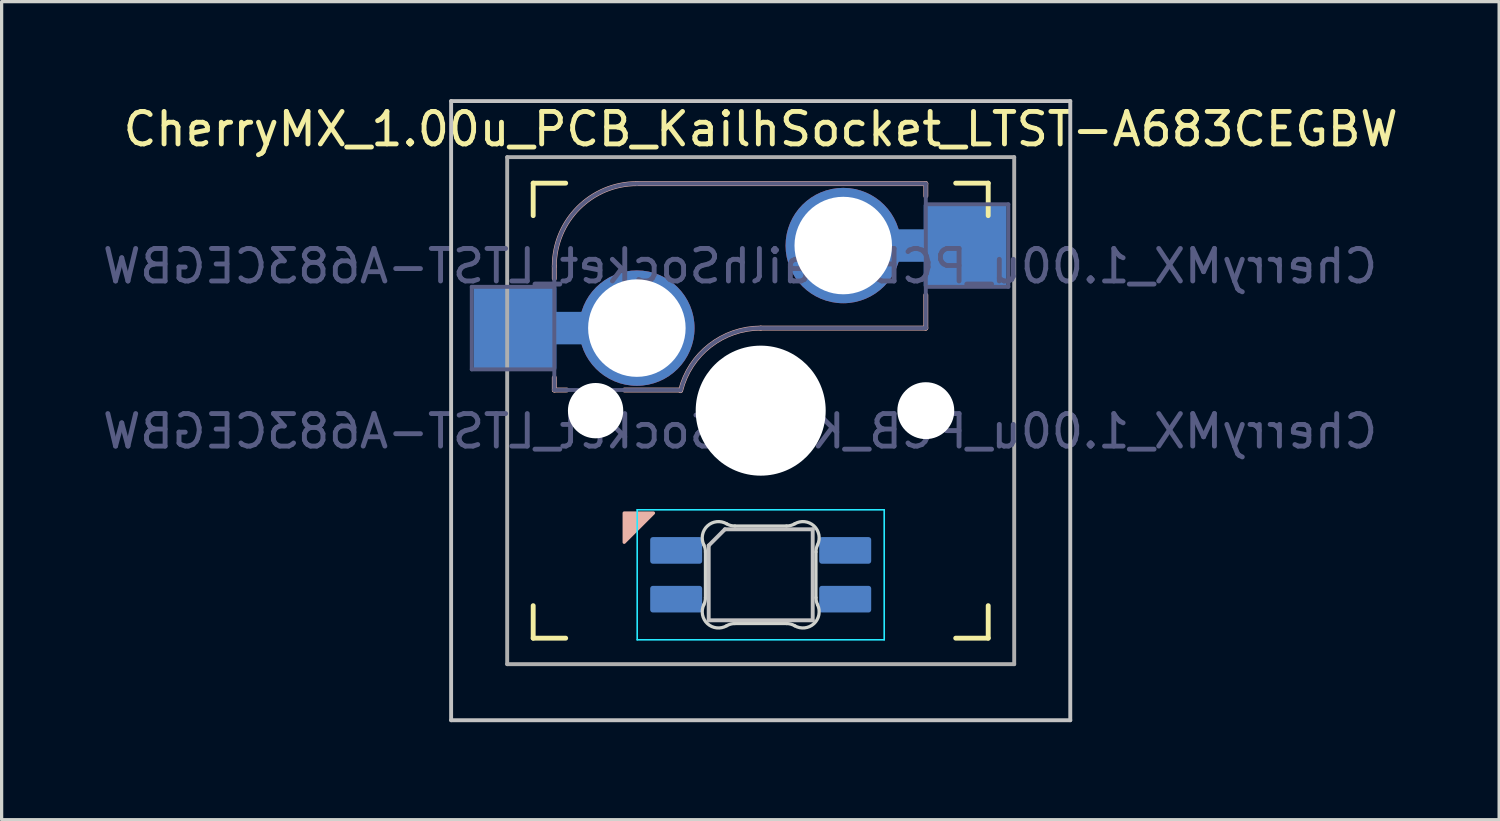
<source format=kicad_pcb>
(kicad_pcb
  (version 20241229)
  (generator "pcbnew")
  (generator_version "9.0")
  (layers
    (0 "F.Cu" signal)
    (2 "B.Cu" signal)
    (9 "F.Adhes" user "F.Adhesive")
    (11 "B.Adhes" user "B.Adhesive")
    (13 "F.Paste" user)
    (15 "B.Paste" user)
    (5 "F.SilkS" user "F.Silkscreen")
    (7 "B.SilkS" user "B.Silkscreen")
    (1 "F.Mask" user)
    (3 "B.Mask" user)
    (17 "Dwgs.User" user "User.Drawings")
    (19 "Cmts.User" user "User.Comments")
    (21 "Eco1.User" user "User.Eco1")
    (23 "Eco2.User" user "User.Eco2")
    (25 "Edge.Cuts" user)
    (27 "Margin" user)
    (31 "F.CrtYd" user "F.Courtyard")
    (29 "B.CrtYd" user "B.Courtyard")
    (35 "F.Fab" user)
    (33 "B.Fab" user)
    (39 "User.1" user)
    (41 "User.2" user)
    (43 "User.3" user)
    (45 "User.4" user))
  (footprint "CherryMX_1.00u_PCB_KailhSocket_LTST-A683CEGBW"
    (layer "F.Cu")
    (at 20.355 9.585)
    (property "Reference" "CherryMX_1.00u_PCB_KailhSocket_LTST-A683CEGBW" (at 0 -8.662 0) (layer "F.SilkS") (effects (font (size 1 1) (thickness 0.15))))
    (property "Value" "CherryMX_1.00u_PCB_KailhSocket_LTST-A683CEGBW" (at 0 8.662 0) (layer "F.Fab") (hide yes) (effects (font (size 1 1) (thickness 0.15))))
    (attr through_hole)
    (fp_line (start -7 -6) (end -7 -7) (stroke (width 0.15) (type solid)) (layer "F.SilkS"))
    (fp_line (start -7 7) (end -7 6) (stroke (width 0.15) (type solid)) (layer "F.SilkS"))
    (fp_line (start -7 7) (end -6 7) (stroke (width 0.15) (type solid)) (layer "F.SilkS"))
    (fp_line (start -6 -7) (end -7 -7) (stroke (width 0.15) (type solid)) (layer "F.SilkS"))
    (fp_line (start 6 7) (end 7 7) (stroke (width 0.15) (type solid)) (layer "F.SilkS"))
    (fp_line (start 7 -7) (end 6 -7) (stroke (width 0.15) (type solid)) (layer "F.SilkS"))
    (fp_line (start 7 -7) (end 7 -6) (stroke (width 0.15) (type solid)) (layer "F.SilkS"))
    (fp_line (start 7 6) (end 7 7) (stroke (width 0.15) (type solid)) (layer "F.SilkS"))
    (fp_line (start -6.35 -4.445) (end -6.35 -4.064) (stroke (width 0.15) (type solid)) (layer "B.SilkS"))
    (fp_line (start -6.35 -1.016) (end -6.35 -0.635) (stroke (width 0.15) (type solid)) (layer "B.SilkS"))
    (fp_line (start -5.969 -0.635) (end -6.35 -0.635) (stroke (width 0.15) (type solid)) (layer "B.SilkS"))
    (fp_line (start -3.81 -6.985) (end 5.08 -6.985) (stroke (width 0.15) (type solid)) (layer "B.SilkS"))
    (fp_line (start -2.464 -0.635) (end -4.191 -0.635) (stroke (width 0.15) (type solid)) (layer "B.SilkS"))
    (fp_line (start 5.08 -6.985) (end 5.08 -6.604) (stroke (width 0.15) (type solid)) (layer "B.SilkS"))
    (fp_line (start 5.08 -3.556) (end 5.08 -2.54) (stroke (width 0.15) (type solid)) (layer "B.SilkS"))
    (fp_line (start 5.08 -2.54) (end 0 -2.54) (stroke (width 0.15) (type solid)) (layer "B.SilkS"))
    (fp_arc (start -6.35 -4.445) (mid -5.606051 -6.241051) (end -3.81 -6.985) (stroke (width 0.15) (type solid)) (layer "B.SilkS"))
    (fp_arc (start -2.464162 -0.61604) (mid -1.563147 -2.002042) (end 0 -2.54) (stroke (width 0.15) (type solid)) (layer "B.SilkS"))
    (fp_poly (pts (xy -4.2 4.05) (xy -3.3 3.15) (xy -4.2 3.15)) (stroke (width 0.1) (type solid)) (fill yes) (layer "B.SilkS"))
    (fp_line (start -9.525 -9.525) (end 9.525 -9.525) (stroke (width 0.12) (type solid)) (layer "Dwgs.User"))
    (fp_line (start -9.525 9.525) (end -9.525 -9.525) (stroke (width 0.12) (type solid)) (layer "Dwgs.User"))
    (fp_line (start -1.6 4.15) (end -1.6 6.45) (stroke (width 0.12) (type solid)) (layer "Dwgs.User"))
    (fp_line (start -1.6 4.15) (end -1.1 3.65) (stroke (width 0.12) (type solid)) (layer "Dwgs.User"))
    (fp_line (start -1.6 6.45) (end 1.6 6.45) (stroke (width 0.12) (type solid)) (layer "Dwgs.User"))
    (fp_line (start 1.6 3.65) (end -1.1 3.65) (stroke (width 0.12) (type solid)) (layer "Dwgs.User"))
    (fp_line (start 1.6 6.45) (end 1.6 3.65) (stroke (width 0.12) (type solid)) (layer "Dwgs.User"))
    (fp_line (start 9.525 -9.525) (end 9.525 9.525) (stroke (width 0.12) (type solid)) (layer "Dwgs.User"))
    (fp_line (start 9.525 9.525) (end -9.525 9.525) (stroke (width 0.12) (type solid)) (layer "Dwgs.User"))
    (fp_line (start -6.9 6.9) (end -6.9 -6.9) (stroke (width 0.15) (type solid)) (layer "Eco2.User"))
    (fp_line (start -6.9 6.9) (end 6.9 6.9) (stroke (width 0.15) (type solid)) (layer "Eco2.User"))
    (fp_line (start 6.9 -6.9) (end -6.9 -6.9) (stroke (width 0.15) (type solid)) (layer "Eco2.User"))
    (fp_line (start 6.9 -6.9) (end 6.9 6.9) (stroke (width 0.15) (type solid)) (layer "Eco2.User"))
    (fp_line (start -1.7 5.753) (end -1.7 4.347) (stroke (width 0.1) (type solid)) (layer "Edge.Cuts"))
    (fp_line (start -0.794 3.55) (end 0.794 3.55) (stroke (width 0.1) (type solid)) (layer "Edge.Cuts"))
    (fp_line (start 0.794 6.55) (end -0.794 6.55) (stroke (width 0.1) (type solid)) (layer "Edge.Cuts"))
    (fp_line (start 1.7 4.347) (end 1.7 5.753) (stroke (width 0.1) (type solid)) (layer "Edge.Cuts"))
    (fp_arc (start -1.749484 4.13028) (mid -1.712527 4.235932) (end -1.699999 4.347158) (stroke (width 0.1) (type solid)) (layer "Edge.Cuts"))
    (fp_arc (start -1.749484 4.130281) (mid -1.638072 3.545965) (end -1.046711 3.481701) (stroke (width 0.1) (type solid)) (layer "Edge.Cuts"))
    (fp_arc (start -1.699999 5.752843) (mid -1.712527 5.864068) (end -1.749484 5.96972) (stroke (width 0.1) (type solid)) (layer "Edge.Cuts"))
    (fp_arc (start -1.046711 6.618298) (mid -1.63807 6.554034) (end -1.749484 5.96972) (stroke (width 0.1) (type solid)) (layer "Edge.Cuts"))
    (fp_arc (start -1.046711 6.618298) (mid -0.925123 6.567376) (end -0.794453 6.549999) (stroke (width 0.1) (type solid)) (layer "Edge.Cuts"))
    (fp_arc (start -0.794452 3.55) (mid -0.925123 3.532623) (end -1.046711 3.481701) (stroke (width 0.1) (type solid)) (layer "Edge.Cuts"))
    (fp_arc (start 0.794453 6.55) (mid 0.925123 6.567377) (end 1.046711 6.618299) (stroke (width 0.1) (type solid)) (layer "Edge.Cuts"))
    (fp_arc (start 1.04671 3.481701) (mid 0.925122 3.532623) (end 0.794452 3.55) (stroke (width 0.1) (type solid)) (layer "Edge.Cuts"))
    (fp_arc (start 1.046711 3.481703) (mid 1.63807 3.545966) (end 1.749484 4.13028) (stroke (width 0.1) (type solid)) (layer "Edge.Cuts"))
    (fp_arc (start 1.699999 4.347157) (mid 1.712527 4.235932) (end 1.749484 4.13028) (stroke (width 0.1) (type solid)) (layer "Edge.Cuts"))
    (fp_arc (start 1.749484 5.96972) (mid 1.638071 6.554035) (end 1.046711 6.618299) (stroke (width 0.1) (type solid)) (layer "Edge.Cuts"))
    (fp_arc (start 1.749484 5.96972) (mid 1.712527 5.864068) (end 1.699999 5.752842) (stroke (width 0.1) (type solid)) (layer "Edge.Cuts"))
    (fp_line (start -3.8 3.05) (end -3.8 7.05) (stroke (width 0.05) (type solid)) (layer "B.CrtYd"))
    (fp_line (start -3.8 7.05) (end 3.8 7.05) (stroke (width 0.05) (type solid)) (layer "B.CrtYd"))
    (fp_line (start 3.8 3.05) (end -3.8 3.05) (stroke (width 0.05) (type solid)) (layer "B.CrtYd"))
    (fp_line (start 3.8 7.05) (end 3.8 3.05) (stroke (width 0.05) (type solid)) (layer "B.CrtYd"))
    (fp_line (start -8.89 -3.81) (end -6.35 -3.81) (stroke (width 0.12) (type solid)) (layer "B.Fab"))
    (fp_line (start -8.89 -1.27) (end -8.89 -3.81) (stroke (width 0.12) (type solid)) (layer "B.Fab"))
    (fp_line (start -6.35 -1.27) (end -8.89 -1.27) (stroke (width 0.12) (type solid)) (layer "B.Fab"))
    (fp_line (start -6.35 -0.635) (end -6.35 -4.445) (stroke (width 0.12) (type solid)) (layer "B.Fab"))
    (fp_line (start -6.35 -0.635) (end -2.54 -0.635) (stroke (width 0.12) (type solid)) (layer "B.Fab"))
    (fp_line (start -3.81 -6.985) (end 5.08 -6.985) (stroke (width 0.12) (type solid)) (layer "B.Fab"))
    (fp_line (start 5.08 -6.985) (end 5.08 -2.54) (stroke (width 0.12) (type solid)) (layer "B.Fab"))
    (fp_line (start 5.08 -6.35) (end 7.62 -6.35) (stroke (width 0.12) (type solid)) (layer "B.Fab"))
    (fp_line (start 5.08 -2.54) (end 0 -2.54) (stroke (width 0.12) (type solid)) (layer "B.Fab"))
    (fp_line (start 7.62 -6.35) (end 7.62 -3.81) (stroke (width 0.12) (type solid)) (layer "B.Fab"))
    (fp_line (start 7.62 -3.81) (end 5.08 -3.81) (stroke (width 0.12) (type solid)) (layer "B.Fab"))
    (fp_arc (start -6.35 -4.445) (mid -5.606051 -6.241051) (end -3.81 -6.985) (stroke (width 0.12) (type solid)) (layer "B.Fab"))
    (fp_arc (start -2.464162 -0.61604) (mid -1.563147 -2.002042) (end 0 -2.54) (stroke (width 0.12) (type solid)) (layer "B.Fab"))
    (fp_line (start -7.8 -7.8) (end -7.8 7.8) (stroke (width 0.12) (type solid)) (layer "F.Fab"))
    (fp_line (start -7.8 -7.8) (end 7.8 -7.8) (stroke (width 0.12) (type solid)) (layer "F.Fab"))
    (fp_line (start -7.8 7.8) (end 7.8 7.8) (stroke (width 0.12) (type solid)) (layer "F.Fab"))
    (fp_line (start 7.8 -7.8) (end 7.8 7.8) (stroke (width 0.12) (type solid)) (layer "F.Fab"))
    (fp_text user "${REFERENCE}" (at -0.635 -4.445 0) (layer "B.Fab") (effects (font (size 1 1) (thickness 0.15)) (justify mirror)))
    (fp_text user "${VALUE}" (at -0.635 0.635 0) (layer "B.Fab") (effects (font (size 1 1) (thickness 0.15)) (justify mirror)))
    (pad "" np_thru_hole circle (at -5.08 0) (size 1.702 1.702) (drill 1.702) (layers "*.Cu" "*.Mask"))
    (pad "" np_thru_hole circle (at 0 0) (size 4 4) (drill 4) (layers "*.Cu" "*.Mask"))
    (pad "" np_thru_hole circle (at 5.08 0) (size 1.702 1.702) (drill 1.702) (layers "*.Cu" "*.Mask"))
    (pad "" np_thru_hole circle (at 5.08 0) (size 1.75 1.75) (drill 1.75) (layers "*.Cu" "*.Mask"))
    (pad "1" smd rect (at -7.56 -2.54) (size 2.55 2.5) (layers "B.Cu" "B.Mask" "B.Paste"))
    (pad "1" connect rect (at -5.715 -2.54 90) (size 1 2.5) (layers "B.Cu"))
    (pad "1" thru_hole circle (at -3.81 -2.54) (size 3.55 3.55) (drill 3) (layers "*.Cu"))
    (pad "2" thru_hole circle (at 2.54 -5.08) (size 3.55 3.55) (drill 3) (layers "*.Cu"))
    (pad "2" connect rect (at 5.015 -5.08 270) (size 1 2.5) (layers "B.Cu"))
    (pad "2" smd rect (at 6.29 -5.08) (size 2.55 2.5) (layers "B.Cu" "B.Mask" "B.Paste"))
    (pad "3" smd roundrect (at -2.6 4.3 90) (size 0.82 1.6) (layers "B.Cu" "B.Mask" "B.Paste") (roundrect_rratio 0.1))
    (pad "4" smd roundrect (at -2.6 5.8 90) (size 0.82 1.6) (layers "B.Cu" "B.Mask" "B.Paste") (roundrect_rratio 0.1))
    (pad "5" smd roundrect (at 2.6 4.3 90) (size 0.82 1.6) (layers "B.Cu" "B.Mask" "B.Paste") (roundrect_rratio 0.1))
    (pad "6" smd roundrect (at 2.6 5.8 90) (size 0.82 1.6) (layers "B.Cu" "B.Mask" "B.Paste") (roundrect_rratio 0.1)))
  (gr_rect
    (start -3 -3)
    (end 43.075 22.17)
    (stroke (width 0.1) (type default))
    (fill no)
    (layer "Edge.Cuts")))
</source>
